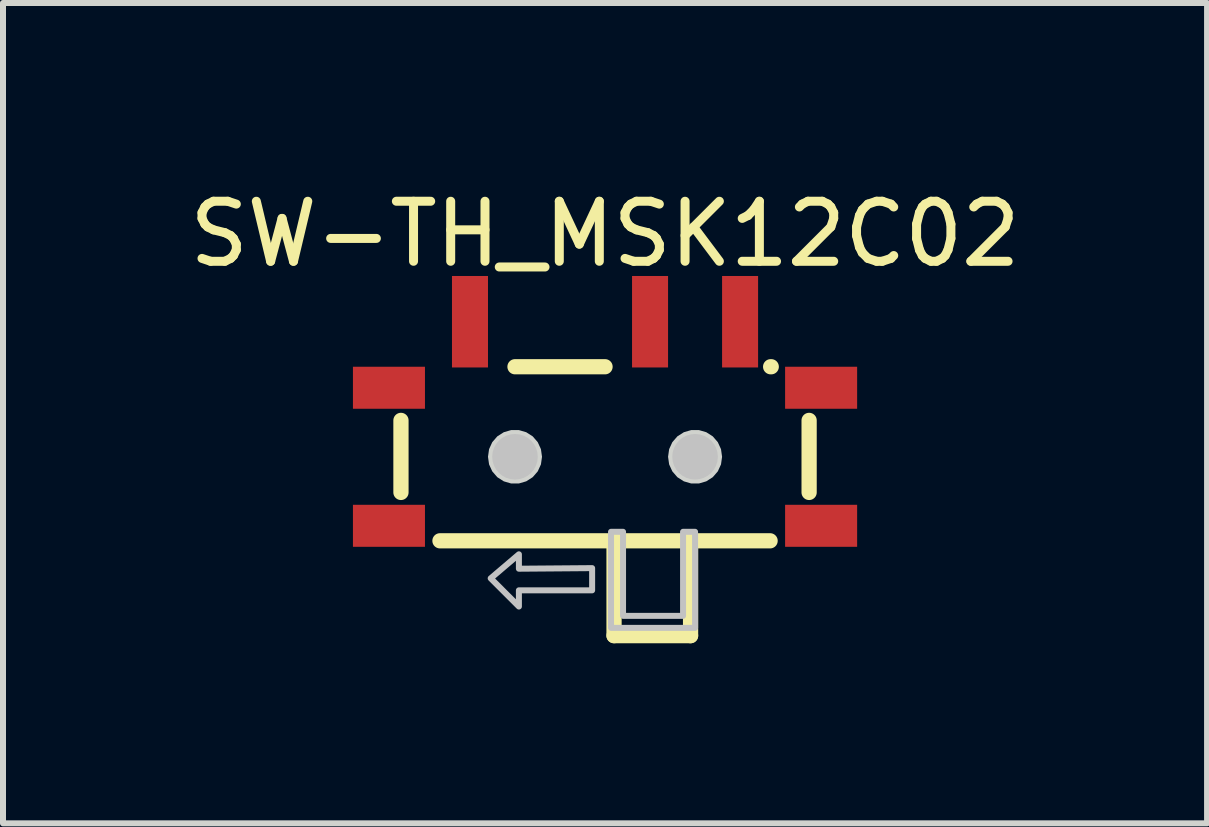
<source format=kicad_pcb>
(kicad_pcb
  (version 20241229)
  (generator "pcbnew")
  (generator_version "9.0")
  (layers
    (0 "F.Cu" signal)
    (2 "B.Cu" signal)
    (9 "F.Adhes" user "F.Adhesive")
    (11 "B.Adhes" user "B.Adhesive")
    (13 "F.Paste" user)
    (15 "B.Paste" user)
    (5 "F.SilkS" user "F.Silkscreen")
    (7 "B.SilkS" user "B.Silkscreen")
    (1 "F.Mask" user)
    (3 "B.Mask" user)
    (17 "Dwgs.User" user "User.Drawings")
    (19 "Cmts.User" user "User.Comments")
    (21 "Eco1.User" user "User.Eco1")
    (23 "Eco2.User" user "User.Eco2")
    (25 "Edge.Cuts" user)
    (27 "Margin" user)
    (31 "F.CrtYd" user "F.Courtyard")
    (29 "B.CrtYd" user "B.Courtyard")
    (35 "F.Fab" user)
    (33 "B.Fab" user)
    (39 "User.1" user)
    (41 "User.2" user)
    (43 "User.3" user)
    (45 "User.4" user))
  (footprint "SW-TH_MSK12C02"
    (layer "F.Cu")
    (at 7.03 4.01)
    (property "Reference" "SW-TH_MSK12C02" (at 0 -3.162 0) (unlocked yes) (layer "F.SilkS") (effects (font (size 1 1) (thickness 0.15))))
    (fp_line (start -3.4 -0.056) (end -3.4 1.144) (stroke (width 0.254) (type default)) (layer "F.SilkS"))
    (fp_line (start -2.75 1.95) (end 2.75 1.95) (stroke (width 0.254) (type default)) (layer "F.SilkS"))
    (fp_line (start -1.5 -0.95) (end 0 -0.95) (stroke (width 0.254) (type default)) (layer "F.SilkS"))
    (fp_line (start 0.15 1.93) (end 0.15 3.53) (stroke (width 0.254) (type default)) (layer "F.SilkS"))
    (fp_line (start 0.15 3.53) (end 1.425 3.53) (stroke (width 0.254) (type default)) (layer "F.SilkS"))
    (fp_line (start 1.425 3.53) (end 1.425 1.93) (stroke (width 0.254) (type default)) (layer "F.SilkS"))
    (fp_line (start 2.769 -0.95) (end 2.759 -0.95) (stroke (width 0.254) (type default)) (layer "F.SilkS"))
    (fp_line (start 3.4 -0.056) (end 3.4 1.144) (stroke (width 0.254) (type default)) (layer "F.SilkS"))
    (fp_circle (center -1.5 0.55) (end -1.31 0.55) (stroke (width 0.38) (type default)) (fill no) (layer "Dwgs.User"))
    (fp_circle (center 1.5 0.55) (end 1.69 0.55) (stroke (width 0.38) (type default)) (fill no) (layer "Dwgs.User"))
    (fp_poly (pts (xy -0.215 2.405) (xy -0.215 2.775) (xy -1.435 2.775) (xy -1.435 3.045) (xy -1.905 2.575) (xy -1.435 2.175) (xy -1.435 2.415)) (stroke (width 0.1) (type default)) (fill no) (layer "Dwgs.User"))
    (fp_poly (pts (xy 0.1 1.95) (xy 0.1 3.4) (xy 1.5 3.4) (xy 1.5 1.8) (xy 1.3 1.8) (xy 1.3 3.2) (xy 0.3 3.2) (xy 0.3 1.8) (xy 0.1 1.8)) (stroke (width 0.1) (type default)) (fill no) (layer "Dwgs.User"))
    (fp_poly (pts (xy -1.05 0.55) (xy -1.068 0.423) (xy -1.121 0.307) (xy -1.205 0.21) (xy -1.313 0.141) (xy -1.436 0.105) (xy -1.564 0.105) (xy -1.687 0.141) (xy -1.795 0.21) (xy -1.879 0.307) (xy -1.932 0.423) (xy -1.95 0.55) (xy -1.932 0.677) (xy -1.879 0.793) (xy -1.795 0.89) (xy -1.687 0.959) (xy -1.564 0.995) (xy -1.436 0.995) (xy -1.313 0.959) (xy -1.205 0.89) (xy -1.121 0.793) (xy -1.068 0.677)) (stroke (width 0) (type default)) (fill yes) (layer "Edge.Cuts"))
    (fp_poly (pts (xy 1.95 0.55) (xy 1.932 0.423) (xy 1.879 0.307) (xy 1.795 0.21) (xy 1.687 0.141) (xy 1.564 0.105) (xy 1.436 0.105) (xy 1.313 0.141) (xy 1.205 0.21) (xy 1.121 0.307) (xy 1.068 0.423) (xy 1.05 0.55) (xy 1.068 0.677) (xy 1.121 0.793) (xy 1.205 0.89) (xy 1.313 0.959) (xy 1.436 0.995) (xy 1.564 0.995) (xy 1.687 0.959) (xy 1.795 0.89) (xy 1.879 0.793) (xy 1.932 0.677)) (stroke (width 0) (type default)) (fill yes) (layer "Edge.Cuts"))
    (fp_poly (pts (xy -3.25 -0.375) (xy -4 -0.375) (xy -4 -0.825) (xy -3.25 -0.825)) (stroke (width 0.1) (type default)) (fill no) (layer "User.1"))
    (fp_poly (pts (xy -3.25 1.831) (xy -4 1.831) (xy -4 1.381) (xy -3.25 1.381)) (stroke (width 0.1) (type default)) (fill no) (layer "User.1"))
    (fp_poly (pts (xy -2.475 -0.856) (xy -2.475 -1.856) (xy -2.025 -1.856) (xy -2.025 -0.856)) (stroke (width 0.1) (type default)) (fill no) (layer "User.1"))
    (fp_poly (pts (xy 0.525 -0.856) (xy 0.525 -1.856) (xy 0.975 -1.856) (xy 0.975 -0.856)) (stroke (width 0.1) (type default)) (fill no) (layer "User.1"))
    (fp_poly (pts (xy 2.025 -0.856) (xy 2.025 -1.856) (xy 2.475 -1.856) (xy 2.475 -0.856)) (stroke (width 0.1) (type default)) (fill no) (layer "User.1"))
    (fp_poly (pts (xy 4 -0.375) (xy 3.25 -0.375) (xy 3.25 -0.825) (xy 4 -0.825)) (stroke (width 0.1) (type default)) (fill no) (layer "User.1"))
    (fp_poly (pts (xy 4 1.831) (xy 3.25 1.831) (xy 3.25 1.381) (xy 4 1.381)) (stroke (width 0.1) (type default)) (fill no) (layer "User.1"))
    (fp_line (start -3.3 -0.906) (end 3.3 -0.906) (stroke (width 0.051) (type default)) (layer "User.2"))
    (fp_line (start -3.3 1.894) (end -3.3 -0.906) (stroke (width 0.051) (type default)) (layer "User.2"))
    (fp_line (start 0.1 1.894) (end -3.3 1.894) (stroke (width 0.051) (type default)) (layer "User.2"))
    (fp_line (start 0.1 3.344) (end 0.1 1.894) (stroke (width 0.051) (type default)) (layer "User.2"))
    (fp_line (start 0.8 3.344) (end 0.1 3.344) (stroke (width 0.051) (type default)) (layer "User.2"))
    (fp_line (start 1.5 1.894) (end 1.5 3.344) (stroke (width 0.051) (type default)) (layer "User.2"))
    (fp_line (start 1.5 3.344) (end 0.8 3.344) (stroke (width 0.051) (type default)) (layer "User.2"))
    (fp_line (start 3.3 -0.906) (end 3.3 1.894) (stroke (width 0.051) (type default)) (layer "User.2"))
    (fp_line (start 3.3 1.894) (end 1.5 1.894) (stroke (width 0.051) (type default)) (layer "User.2"))
    (fp_poly (pts (xy -3.94 -1.856) (xy -3.958 -1.898) (xy -4 -1.916) (xy -4.042 -1.898) (xy -4.06 -1.856) (xy -4.042 -1.814) (xy -4 -1.796) (xy -3.958 -1.814)) (stroke (width 0.1) (type default)) (fill no) (layer "User.3"))
    (pad "1" smd rect (at -2.25 -1.7 90) (size 1.524 0.6) (layers "F.Cu" "F.Mask" "F.Paste"))
    (pad "2" smd rect (at 0.75 -1.7 90) (size 1.524 0.6) (layers "F.Cu" "F.Mask" "F.Paste"))
    (pad "3" smd rect (at 2.25 -1.7 90) (size 1.524 0.6) (layers "F.Cu" "F.Mask" "F.Paste"))
    (pad "4" smd rect (at -3.6 -0.6 180) (size 1.2 0.7) (layers "F.Cu" "F.Mask" "F.Paste"))
    (pad "4" smd rect (at -3.6 1.7 180) (size 1.2 0.7) (layers "F.Cu" "F.Mask" "F.Paste"))
    (pad "4" smd rect (at 3.6 -0.6 180) (size 1.2 0.7) (layers "F.Cu" "F.Mask" "F.Paste"))
    (pad "4" smd rect (at 3.6 1.7 180) (size 1.2 0.7) (layers "F.Cu" "F.Mask" "F.Paste")))
  (gr_rect
    (start -3 -3)
    (end 17.06 10.667)
    (stroke (width 0.1) (type default))
    (fill no)
    (layer "Edge.Cuts")))
</source>
